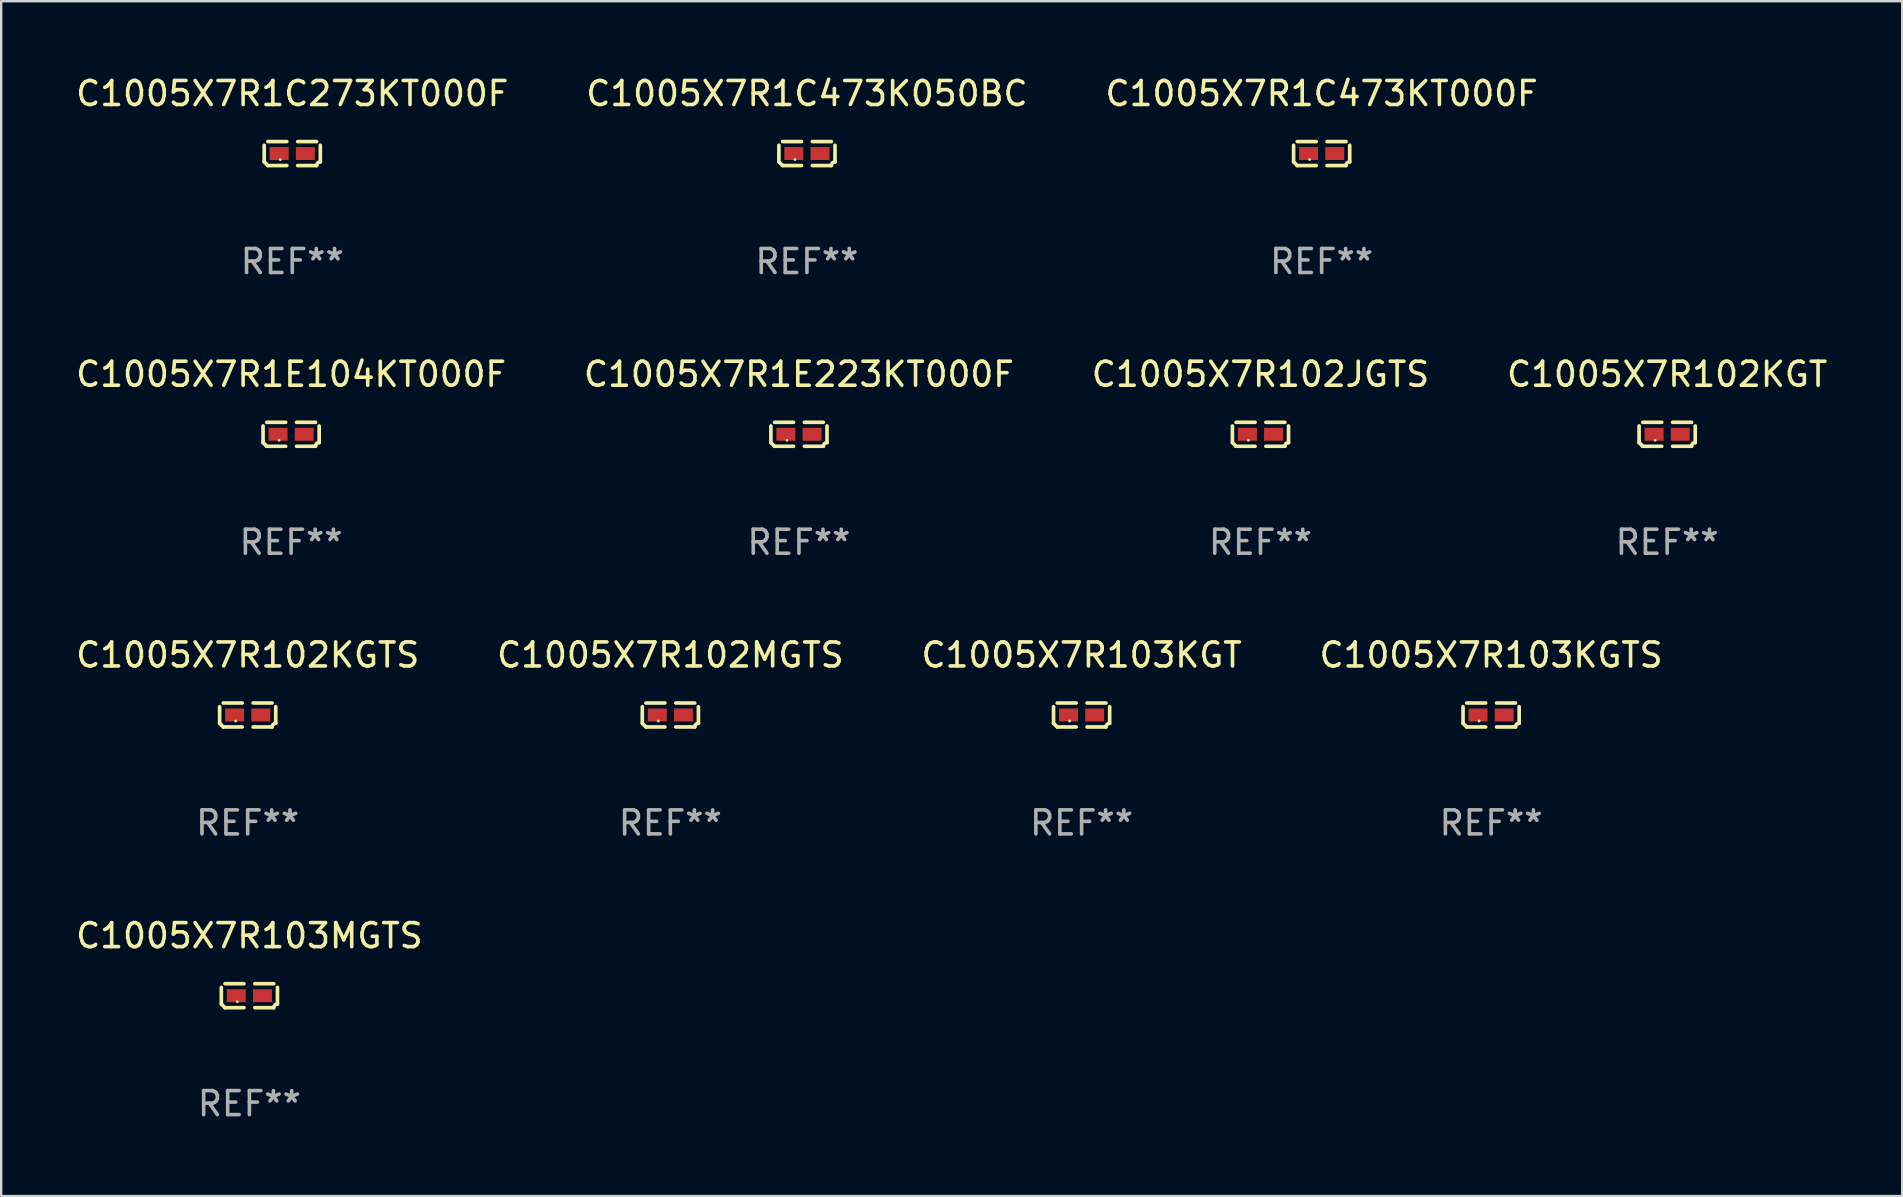
<source format=kicad_pcb>
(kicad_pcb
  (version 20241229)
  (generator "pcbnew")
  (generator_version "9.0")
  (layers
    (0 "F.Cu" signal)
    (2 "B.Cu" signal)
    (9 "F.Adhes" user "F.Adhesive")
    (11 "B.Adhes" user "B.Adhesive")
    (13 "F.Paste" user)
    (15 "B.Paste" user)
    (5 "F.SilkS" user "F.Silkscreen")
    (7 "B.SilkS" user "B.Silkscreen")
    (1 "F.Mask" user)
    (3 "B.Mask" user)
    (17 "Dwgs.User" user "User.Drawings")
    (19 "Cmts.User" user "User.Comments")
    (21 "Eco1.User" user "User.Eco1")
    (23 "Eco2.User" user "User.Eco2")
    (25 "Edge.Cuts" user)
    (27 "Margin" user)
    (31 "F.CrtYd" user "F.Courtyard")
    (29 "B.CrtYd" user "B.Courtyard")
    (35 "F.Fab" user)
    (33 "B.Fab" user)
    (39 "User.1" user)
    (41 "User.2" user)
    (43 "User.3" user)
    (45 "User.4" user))
  (footprint "C1005X7R102KGTS"
    (layer "F.Cu")
    (at 7.268 26.734)
    (property "Reference" "C1005X7R102KGTS" (at 0 -2.499 0) (layer "F.SilkS") (effects (font (size 1 1) (thickness 0.15))))
    (attr through_hole)
    (fp_line (start -1.169 0.346) (end -1.169 -0.346) (stroke (width 0.152) (type solid)) (layer "F.SilkS"))
    (fp_line (start -1.016 -0.499) (end -0.226 -0.499) (stroke (width 0.152) (type solid)) (layer "F.SilkS"))
    (fp_line (start -0.226 0.499) (end -1.016 0.499) (stroke (width 0.152) (type solid)) (layer "F.SilkS"))
    (fp_line (start 0.226 0.499) (end 1.016 0.499) (stroke (width 0.152) (type solid)) (layer "F.SilkS"))
    (fp_line (start 1.016 -0.499) (end 0.226 -0.499) (stroke (width 0.152) (type solid)) (layer "F.SilkS"))
    (fp_line (start 1.169 0.346) (end 1.169 -0.346) (stroke (width 0.152) (type solid)) (layer "F.SilkS"))
    (fp_arc (start -1.016307 0.498603) (mid -1.092512 0.422405) (end -1.16871 0.3462) (stroke (width 0.1524) (type solid)) (layer "F.SilkS"))
    (fp_arc (start 1.016307 0.498603) (mid 1.060899 0.390758) (end 1.168707 0.346076) (stroke (width 0.1524) (type solid)) (layer "F.SilkS"))
    (fp_circle (center -0.5 0.25) (end -0.47 0.25) (stroke (width 0.06) (type solid)) (fill no) (layer "F.SilkS"))
    (fp_text user "REF**" (at 0 4.499 0) (layer "F.Fab") (effects (font (size 1 1) (thickness 0.15))))
    (pad "1" smd rect (at -0.545 0) (size 0.79 0.54) (layers "F.Cu" "F.Mask" "F.Paste"))
    (pad "2" smd rect (at 0.545 0) (size 0.79 0.54) (layers "F.Cu" "F.Mask" "F.Paste")))
  (footprint "C1005X7R102KGT"
    (layer "F.Cu")
    (at 66.399 15.041)
    (property "Reference" "C1005X7R102KGT" (at 0 -2.499 0) (layer "F.SilkS") (effects (font (size 1 1) (thickness 0.15))))
    (attr through_hole)
    (fp_line (start -1.169 0.346) (end -1.169 -0.346) (stroke (width 0.152) (type solid)) (layer "F.SilkS"))
    (fp_line (start -1.016 -0.499) (end -0.226 -0.499) (stroke (width 0.152) (type solid)) (layer "F.SilkS"))
    (fp_line (start -0.226 0.499) (end -1.016 0.499) (stroke (width 0.152) (type solid)) (layer "F.SilkS"))
    (fp_line (start 0.226 0.499) (end 1.016 0.499) (stroke (width 0.152) (type solid)) (layer "F.SilkS"))
    (fp_line (start 1.016 -0.499) (end 0.226 -0.499) (stroke (width 0.152) (type solid)) (layer "F.SilkS"))
    (fp_line (start 1.169 0.346) (end 1.169 -0.346) (stroke (width 0.152) (type solid)) (layer "F.SilkS"))
    (fp_arc (start -1.016307 0.498603) (mid -1.092512 0.422405) (end -1.16871 0.3462) (stroke (width 0.1524) (type solid)) (layer "F.SilkS"))
    (fp_arc (start 1.016307 0.498603) (mid 1.060899 0.390758) (end 1.168707 0.346076) (stroke (width 0.1524) (type solid)) (layer "F.SilkS"))
    (fp_circle (center -0.5 0.25) (end -0.47 0.25) (stroke (width 0.06) (type solid)) (fill no) (layer "F.SilkS"))
    (fp_text user "REF**" (at 0 4.499 0) (layer "F.Fab") (effects (font (size 1 1) (thickness 0.15))))
    (pad "1" smd rect (at -0.545 0) (size 0.79 0.54) (layers "F.Cu" "F.Mask" "F.Paste"))
    (pad "2" smd rect (at 0.545 0) (size 0.79 0.54) (layers "F.Cu" "F.Mask" "F.Paste")))
  (footprint "C1005X7R102MGTS"
    (layer "F.Cu")
    (at 24.875 26.734)
    (property "Reference" "C1005X7R102MGTS" (at 0 -2.499 0) (layer "F.SilkS") (effects (font (size 1 1) (thickness 0.15))))
    (attr through_hole)
    (fp_line (start -1.169 0.346) (end -1.169 -0.346) (stroke (width 0.152) (type solid)) (layer "F.SilkS"))
    (fp_line (start -1.016 -0.499) (end -0.226 -0.499) (stroke (width 0.152) (type solid)) (layer "F.SilkS"))
    (fp_line (start -0.226 0.499) (end -1.016 0.499) (stroke (width 0.152) (type solid)) (layer "F.SilkS"))
    (fp_line (start 0.226 0.499) (end 1.016 0.499) (stroke (width 0.152) (type solid)) (layer "F.SilkS"))
    (fp_line (start 1.016 -0.499) (end 0.226 -0.499) (stroke (width 0.152) (type solid)) (layer "F.SilkS"))
    (fp_line (start 1.169 0.346) (end 1.169 -0.346) (stroke (width 0.152) (type solid)) (layer "F.SilkS"))
    (fp_arc (start -1.016307 0.498603) (mid -1.092512 0.422405) (end -1.16871 0.3462) (stroke (width 0.1524) (type solid)) (layer "F.SilkS"))
    (fp_arc (start 1.016307 0.498603) (mid 1.060899 0.390758) (end 1.168707 0.346076) (stroke (width 0.1524) (type solid)) (layer "F.SilkS"))
    (fp_circle (center -0.5 0.25) (end -0.47 0.25) (stroke (width 0.06) (type solid)) (fill no) (layer "F.SilkS"))
    (fp_text user "REF**" (at 0 4.499 0) (layer "F.Fab") (effects (font (size 1 1) (thickness 0.15))))
    (pad "1" smd rect (at -0.545 0) (size 0.79 0.54) (layers "F.Cu" "F.Mask" "F.Paste"))
    (pad "2" smd rect (at 0.545 0) (size 0.79 0.54) (layers "F.Cu" "F.Mask" "F.Paste")))
  (footprint "C1005X7R1C473KT000F"
    (layer "F.Cu")
    (at 52.006 3.347)
    (property "Reference" "C1005X7R1C473KT000F" (at 0 -2.499 0) (layer "F.SilkS") (effects (font (size 1 1) (thickness 0.15))))
    (attr through_hole)
    (fp_line (start -1.169 0.346) (end -1.169 -0.346) (stroke (width 0.152) (type solid)) (layer "F.SilkS"))
    (fp_line (start -1.016 -0.499) (end -0.226 -0.499) (stroke (width 0.152) (type solid)) (layer "F.SilkS"))
    (fp_line (start -0.226 0.499) (end -1.016 0.499) (stroke (width 0.152) (type solid)) (layer "F.SilkS"))
    (fp_line (start 0.226 0.499) (end 1.016 0.499) (stroke (width 0.152) (type solid)) (layer "F.SilkS"))
    (fp_line (start 1.016 -0.499) (end 0.226 -0.499) (stroke (width 0.152) (type solid)) (layer "F.SilkS"))
    (fp_line (start 1.169 0.346) (end 1.169 -0.346) (stroke (width 0.152) (type solid)) (layer "F.SilkS"))
    (fp_arc (start -1.016307 0.498603) (mid -1.092512 0.422405) (end -1.16871 0.3462) (stroke (width 0.1524) (type solid)) (layer "F.SilkS"))
    (fp_arc (start 1.016307 0.498603) (mid 1.060899 0.390758) (end 1.168707 0.346076) (stroke (width 0.1524) (type solid)) (layer "F.SilkS"))
    (fp_circle (center -0.5 0.25) (end -0.47 0.25) (stroke (width 0.06) (type solid)) (fill no) (layer "F.SilkS"))
    (fp_text user "REF**" (at 0 4.499 0) (layer "F.Fab") (effects (font (size 1 1) (thickness 0.15))))
    (pad "1" smd rect (at -0.545 0) (size 0.79 0.54) (layers "F.Cu" "F.Mask" "F.Paste"))
    (pad "2" smd rect (at 0.545 0) (size 0.79 0.54) (layers "F.Cu" "F.Mask" "F.Paste")))
  (footprint "C1005X7R103KGT"
    (layer "F.Cu")
    (at 42.006 26.734)
    (property "Reference" "C1005X7R103KGT" (at 0 -2.499 0) (layer "F.SilkS") (effects (font (size 1 1) (thickness 0.15))))
    (attr through_hole)
    (fp_line (start -1.169 0.346) (end -1.169 -0.346) (stroke (width 0.152) (type solid)) (layer "F.SilkS"))
    (fp_line (start -1.016 -0.499) (end -0.226 -0.499) (stroke (width 0.152) (type solid)) (layer "F.SilkS"))
    (fp_line (start -0.226 0.499) (end -1.016 0.499) (stroke (width 0.152) (type solid)) (layer "F.SilkS"))
    (fp_line (start 0.226 0.499) (end 1.016 0.499) (stroke (width 0.152) (type solid)) (layer "F.SilkS"))
    (fp_line (start 1.016 -0.499) (end 0.226 -0.499) (stroke (width 0.152) (type solid)) (layer "F.SilkS"))
    (fp_line (start 1.169 0.346) (end 1.169 -0.346) (stroke (width 0.152) (type solid)) (layer "F.SilkS"))
    (fp_arc (start -1.016307 0.498603) (mid -1.092512 0.422405) (end -1.16871 0.3462) (stroke (width 0.1524) (type solid)) (layer "F.SilkS"))
    (fp_arc (start 1.016307 0.498603) (mid 1.060899 0.390758) (end 1.168707 0.346076) (stroke (width 0.1524) (type solid)) (layer "F.SilkS"))
    (fp_circle (center -0.5 0.25) (end -0.47 0.25) (stroke (width 0.06) (type solid)) (fill no) (layer "F.SilkS"))
    (fp_text user "REF**" (at 0 4.499 0) (layer "F.Fab") (effects (font (size 1 1) (thickness 0.15))))
    (pad "1" smd rect (at -0.545 0) (size 0.79 0.54) (layers "F.Cu" "F.Mask" "F.Paste"))
    (pad "2" smd rect (at 0.545 0) (size 0.79 0.54) (layers "F.Cu" "F.Mask" "F.Paste")))
  (footprint "C1005X7R1C473K050BC"
    (layer "F.Cu")
    (at 30.565 3.347)
    (property "Reference" "C1005X7R1C473K050BC" (at 0 -2.499 0) (layer "F.SilkS") (effects (font (size 1 1) (thickness 0.15))))
    (attr through_hole)
    (fp_line (start -1.169 0.346) (end -1.169 -0.346) (stroke (width 0.152) (type solid)) (layer "F.SilkS"))
    (fp_line (start -1.016 -0.499) (end -0.226 -0.499) (stroke (width 0.152) (type solid)) (layer "F.SilkS"))
    (fp_line (start -0.226 0.499) (end -1.016 0.499) (stroke (width 0.152) (type solid)) (layer "F.SilkS"))
    (fp_line (start 0.226 0.499) (end 1.016 0.499) (stroke (width 0.152) (type solid)) (layer "F.SilkS"))
    (fp_line (start 1.016 -0.499) (end 0.226 -0.499) (stroke (width 0.152) (type solid)) (layer "F.SilkS"))
    (fp_line (start 1.169 0.346) (end 1.169 -0.346) (stroke (width 0.152) (type solid)) (layer "F.SilkS"))
    (fp_arc (start -1.016307 0.498603) (mid -1.092512 0.422405) (end -1.16871 0.3462) (stroke (width 0.1524) (type solid)) (layer "F.SilkS"))
    (fp_arc (start 1.016307 0.498603) (mid 1.060899 0.390758) (end 1.168707 0.346076) (stroke (width 0.1524) (type solid)) (layer "F.SilkS"))
    (fp_circle (center -0.5 0.25) (end -0.47 0.25) (stroke (width 0.06) (type solid)) (fill no) (layer "F.SilkS"))
    (fp_text user "REF**" (at 0 4.499 0) (layer "F.Fab") (effects (font (size 1 1) (thickness 0.15))))
    (pad "1" smd rect (at -0.545 0) (size 0.79 0.54) (layers "F.Cu" "F.Mask" "F.Paste"))
    (pad "2" smd rect (at 0.545 0) (size 0.79 0.54) (layers "F.Cu" "F.Mask" "F.Paste")))
  (footprint "C1005X7R1C273KT000F"
    (layer "F.Cu")
    (at 9.125 3.347)
    (property "Reference" "C1005X7R1C273KT000F" (at 0 -2.499 0) (layer "F.SilkS") (effects (font (size 1 1) (thickness 0.15))))
    (attr through_hole)
    (fp_line (start -1.169 0.346) (end -1.169 -0.346) (stroke (width 0.152) (type solid)) (layer "F.SilkS"))
    (fp_line (start -1.016 -0.499) (end -0.226 -0.499) (stroke (width 0.152) (type solid)) (layer "F.SilkS"))
    (fp_line (start -0.226 0.499) (end -1.016 0.499) (stroke (width 0.152) (type solid)) (layer "F.SilkS"))
    (fp_line (start 0.226 0.499) (end 1.016 0.499) (stroke (width 0.152) (type solid)) (layer "F.SilkS"))
    (fp_line (start 1.016 -0.499) (end 0.226 -0.499) (stroke (width 0.152) (type solid)) (layer "F.SilkS"))
    (fp_line (start 1.169 0.346) (end 1.169 -0.346) (stroke (width 0.152) (type solid)) (layer "F.SilkS"))
    (fp_arc (start -1.016307 0.498603) (mid -1.092512 0.422405) (end -1.16871 0.3462) (stroke (width 0.1524) (type solid)) (layer "F.SilkS"))
    (fp_arc (start 1.016307 0.498603) (mid 1.060899 0.390758) (end 1.168707 0.346076) (stroke (width 0.1524) (type solid)) (layer "F.SilkS"))
    (fp_circle (center -0.5 0.25) (end -0.47 0.25) (stroke (width 0.06) (type solid)) (fill no) (layer "F.SilkS"))
    (fp_text user "REF**" (at 0 4.499 0) (layer "F.Fab") (effects (font (size 1 1) (thickness 0.15))))
    (pad "1" smd rect (at -0.545 0) (size 0.79 0.54) (layers "F.Cu" "F.Mask" "F.Paste"))
    (pad "2" smd rect (at 0.545 0) (size 0.79 0.54) (layers "F.Cu" "F.Mask" "F.Paste")))
  (footprint "C1005X7R1E223KT000F"
    (layer "F.Cu")
    (at 30.232 15.041)
    (property "Reference" "C1005X7R1E223KT000F" (at 0 -2.499 0) (layer "F.SilkS") (effects (font (size 1 1) (thickness 0.15))))
    (attr through_hole)
    (fp_line (start -1.169 0.346) (end -1.169 -0.346) (stroke (width 0.152) (type solid)) (layer "F.SilkS"))
    (fp_line (start -1.016 -0.499) (end -0.226 -0.499) (stroke (width 0.152) (type solid)) (layer "F.SilkS"))
    (fp_line (start -0.226 0.499) (end -1.016 0.499) (stroke (width 0.152) (type solid)) (layer "F.SilkS"))
    (fp_line (start 0.226 0.499) (end 1.016 0.499) (stroke (width 0.152) (type solid)) (layer "F.SilkS"))
    (fp_line (start 1.016 -0.499) (end 0.226 -0.499) (stroke (width 0.152) (type solid)) (layer "F.SilkS"))
    (fp_line (start 1.169 0.346) (end 1.169 -0.346) (stroke (width 0.152) (type solid)) (layer "F.SilkS"))
    (fp_arc (start -1.016307 0.498603) (mid -1.092512 0.422405) (end -1.16871 0.3462) (stroke (width 0.1524) (type solid)) (layer "F.SilkS"))
    (fp_arc (start 1.016307 0.498603) (mid 1.060899 0.390758) (end 1.168707 0.346076) (stroke (width 0.1524) (type solid)) (layer "F.SilkS"))
    (fp_circle (center -0.5 0.25) (end -0.47 0.25) (stroke (width 0.06) (type solid)) (fill no) (layer "F.SilkS"))
    (fp_text user "REF**" (at 0 4.499 0) (layer "F.Fab") (effects (font (size 1 1) (thickness 0.15))))
    (pad "1" smd rect (at -0.545 0) (size 0.79 0.54) (layers "F.Cu" "F.Mask" "F.Paste"))
    (pad "2" smd rect (at 0.545 0) (size 0.79 0.54) (layers "F.Cu" "F.Mask" "F.Paste")))
  (footprint "C1005X7R103KGTS"
    (layer "F.Cu")
    (at 59.065 26.734)
    (property "Reference" "C1005X7R103KGTS" (at 0 -2.499 0) (layer "F.SilkS") (effects (font (size 1 1) (thickness 0.15))))
    (attr through_hole)
    (fp_line (start -1.169 0.346) (end -1.169 -0.346) (stroke (width 0.152) (type solid)) (layer "F.SilkS"))
    (fp_line (start -1.016 -0.499) (end -0.226 -0.499) (stroke (width 0.152) (type solid)) (layer "F.SilkS"))
    (fp_line (start -0.226 0.499) (end -1.016 0.499) (stroke (width 0.152) (type solid)) (layer "F.SilkS"))
    (fp_line (start 0.226 0.499) (end 1.016 0.499) (stroke (width 0.152) (type solid)) (layer "F.SilkS"))
    (fp_line (start 1.016 -0.499) (end 0.226 -0.499) (stroke (width 0.152) (type solid)) (layer "F.SilkS"))
    (fp_line (start 1.169 0.346) (end 1.169 -0.346) (stroke (width 0.152) (type solid)) (layer "F.SilkS"))
    (fp_arc (start -1.016307 0.498603) (mid -1.092512 0.422405) (end -1.16871 0.3462) (stroke (width 0.1524) (type solid)) (layer "F.SilkS"))
    (fp_arc (start 1.016307 0.498603) (mid 1.060899 0.390758) (end 1.168707 0.346076) (stroke (width 0.1524) (type solid)) (layer "F.SilkS"))
    (fp_circle (center -0.5 0.25) (end -0.47 0.25) (stroke (width 0.06) (type solid)) (fill no) (layer "F.SilkS"))
    (fp_text user "REF**" (at 0 4.499 0) (layer "F.Fab") (effects (font (size 1 1) (thickness 0.15))))
    (pad "1" smd rect (at -0.545 0) (size 0.79 0.54) (layers "F.Cu" "F.Mask" "F.Paste"))
    (pad "2" smd rect (at 0.545 0) (size 0.79 0.54) (layers "F.Cu" "F.Mask" "F.Paste")))
  (footprint "C1005X7R102JGTS"
    (layer "F.Cu")
    (at 49.458 15.041)
    (property "Reference" "C1005X7R102JGTS" (at 0 -2.499 0) (layer "F.SilkS") (effects (font (size 1 1) (thickness 0.15))))
    (attr through_hole)
    (fp_line (start -1.169 0.346) (end -1.169 -0.346) (stroke (width 0.152) (type solid)) (layer "F.SilkS"))
    (fp_line (start -1.016 -0.499) (end -0.226 -0.499) (stroke (width 0.152) (type solid)) (layer "F.SilkS"))
    (fp_line (start -0.226 0.499) (end -1.016 0.499) (stroke (width 0.152) (type solid)) (layer "F.SilkS"))
    (fp_line (start 0.226 0.499) (end 1.016 0.499) (stroke (width 0.152) (type solid)) (layer "F.SilkS"))
    (fp_line (start 1.016 -0.499) (end 0.226 -0.499) (stroke (width 0.152) (type solid)) (layer "F.SilkS"))
    (fp_line (start 1.169 0.346) (end 1.169 -0.346) (stroke (width 0.152) (type solid)) (layer "F.SilkS"))
    (fp_arc (start -1.016307 0.498603) (mid -1.092512 0.422405) (end -1.16871 0.3462) (stroke (width 0.1524) (type solid)) (layer "F.SilkS"))
    (fp_arc (start 1.016307 0.498603) (mid 1.060899 0.390758) (end 1.168707 0.346076) (stroke (width 0.1524) (type solid)) (layer "F.SilkS"))
    (fp_circle (center -0.5 0.25) (end -0.47 0.25) (stroke (width 0.06) (type solid)) (fill no) (layer "F.SilkS"))
    (fp_text user "REF**" (at 0 4.499 0) (layer "F.Fab") (effects (font (size 1 1) (thickness 0.15))))
    (pad "1" smd rect (at -0.545 0) (size 0.79 0.54) (layers "F.Cu" "F.Mask" "F.Paste"))
    (pad "2" smd rect (at 0.545 0) (size 0.79 0.54) (layers "F.Cu" "F.Mask" "F.Paste")))
  (footprint "C1005X7R1E104KT000F"
    (layer "F.Cu")
    (at 9.077 15.041)
    (property "Reference" "C1005X7R1E104KT000F" (at 0 -2.499 0) (layer "F.SilkS") (effects (font (size 1 1) (thickness 0.15))))
    (attr through_hole)
    (fp_line (start -1.169 0.346) (end -1.169 -0.346) (stroke (width 0.152) (type solid)) (layer "F.SilkS"))
    (fp_line (start -1.016 -0.499) (end -0.226 -0.499) (stroke (width 0.152) (type solid)) (layer "F.SilkS"))
    (fp_line (start -0.226 0.499) (end -1.016 0.499) (stroke (width 0.152) (type solid)) (layer "F.SilkS"))
    (fp_line (start 0.226 0.499) (end 1.016 0.499) (stroke (width 0.152) (type solid)) (layer "F.SilkS"))
    (fp_line (start 1.016 -0.499) (end 0.226 -0.499) (stroke (width 0.152) (type solid)) (layer "F.SilkS"))
    (fp_line (start 1.169 0.346) (end 1.169 -0.346) (stroke (width 0.152) (type solid)) (layer "F.SilkS"))
    (fp_arc (start -1.016307 0.498603) (mid -1.092512 0.422405) (end -1.16871 0.3462) (stroke (width 0.1524) (type solid)) (layer "F.SilkS"))
    (fp_arc (start 1.016307 0.498603) (mid 1.060899 0.390758) (end 1.168707 0.346076) (stroke (width 0.1524) (type solid)) (layer "F.SilkS"))
    (fp_circle (center -0.5 0.25) (end -0.47 0.25) (stroke (width 0.06) (type solid)) (fill no) (layer "F.SilkS"))
    (fp_text user "REF**" (at 0 4.499 0) (layer "F.Fab") (effects (font (size 1 1) (thickness 0.15))))
    (pad "1" smd rect (at -0.545 0) (size 0.79 0.54) (layers "F.Cu" "F.Mask" "F.Paste"))
    (pad "2" smd rect (at 0.545 0) (size 0.79 0.54) (layers "F.Cu" "F.Mask" "F.Paste")))
  (footprint "C1005X7R103MGTS"
    (layer "F.Cu")
    (at 7.339 38.428)
    (property "Reference" "C1005X7R103MGTS" (at 0 -2.499 0) (layer "F.SilkS") (effects (font (size 1 1) (thickness 0.15))))
    (attr through_hole)
    (fp_line (start -1.169 0.346) (end -1.169 -0.346) (stroke (width 0.152) (type solid)) (layer "F.SilkS"))
    (fp_line (start -1.016 -0.499) (end -0.226 -0.499) (stroke (width 0.152) (type solid)) (layer "F.SilkS"))
    (fp_line (start -0.226 0.499) (end -1.016 0.499) (stroke (width 0.152) (type solid)) (layer "F.SilkS"))
    (fp_line (start 0.226 0.499) (end 1.016 0.499) (stroke (width 0.152) (type solid)) (layer "F.SilkS"))
    (fp_line (start 1.016 -0.499) (end 0.226 -0.499) (stroke (width 0.152) (type solid)) (layer "F.SilkS"))
    (fp_line (start 1.169 0.346) (end 1.169 -0.346) (stroke (width 0.152) (type solid)) (layer "F.SilkS"))
    (fp_arc (start -1.016307 0.498603) (mid -1.092512 0.422405) (end -1.16871 0.3462) (stroke (width 0.1524) (type solid)) (layer "F.SilkS"))
    (fp_arc (start 1.016307 0.498603) (mid 1.060899 0.390758) (end 1.168707 0.346076) (stroke (width 0.1524) (type solid)) (layer "F.SilkS"))
    (fp_circle (center -0.5 0.25) (end -0.47 0.25) (stroke (width 0.06) (type solid)) (fill no) (layer "F.SilkS"))
    (fp_text user "REF**" (at 0 4.499 0) (layer "F.Fab") (effects (font (size 1 1) (thickness 0.15))))
    (pad "1" smd rect (at -0.545 0) (size 0.79 0.54) (layers "F.Cu" "F.Mask" "F.Paste"))
    (pad "2" smd rect (at 0.545 0) (size 0.79 0.54) (layers "F.Cu" "F.Mask" "F.Paste")))
  (gr_rect
    (start -3 -3)
    (end 76.19 46.775)
    (stroke (width 0.1) (type default))
    (fill no)
    (layer "Edge.Cuts")))
</source>
